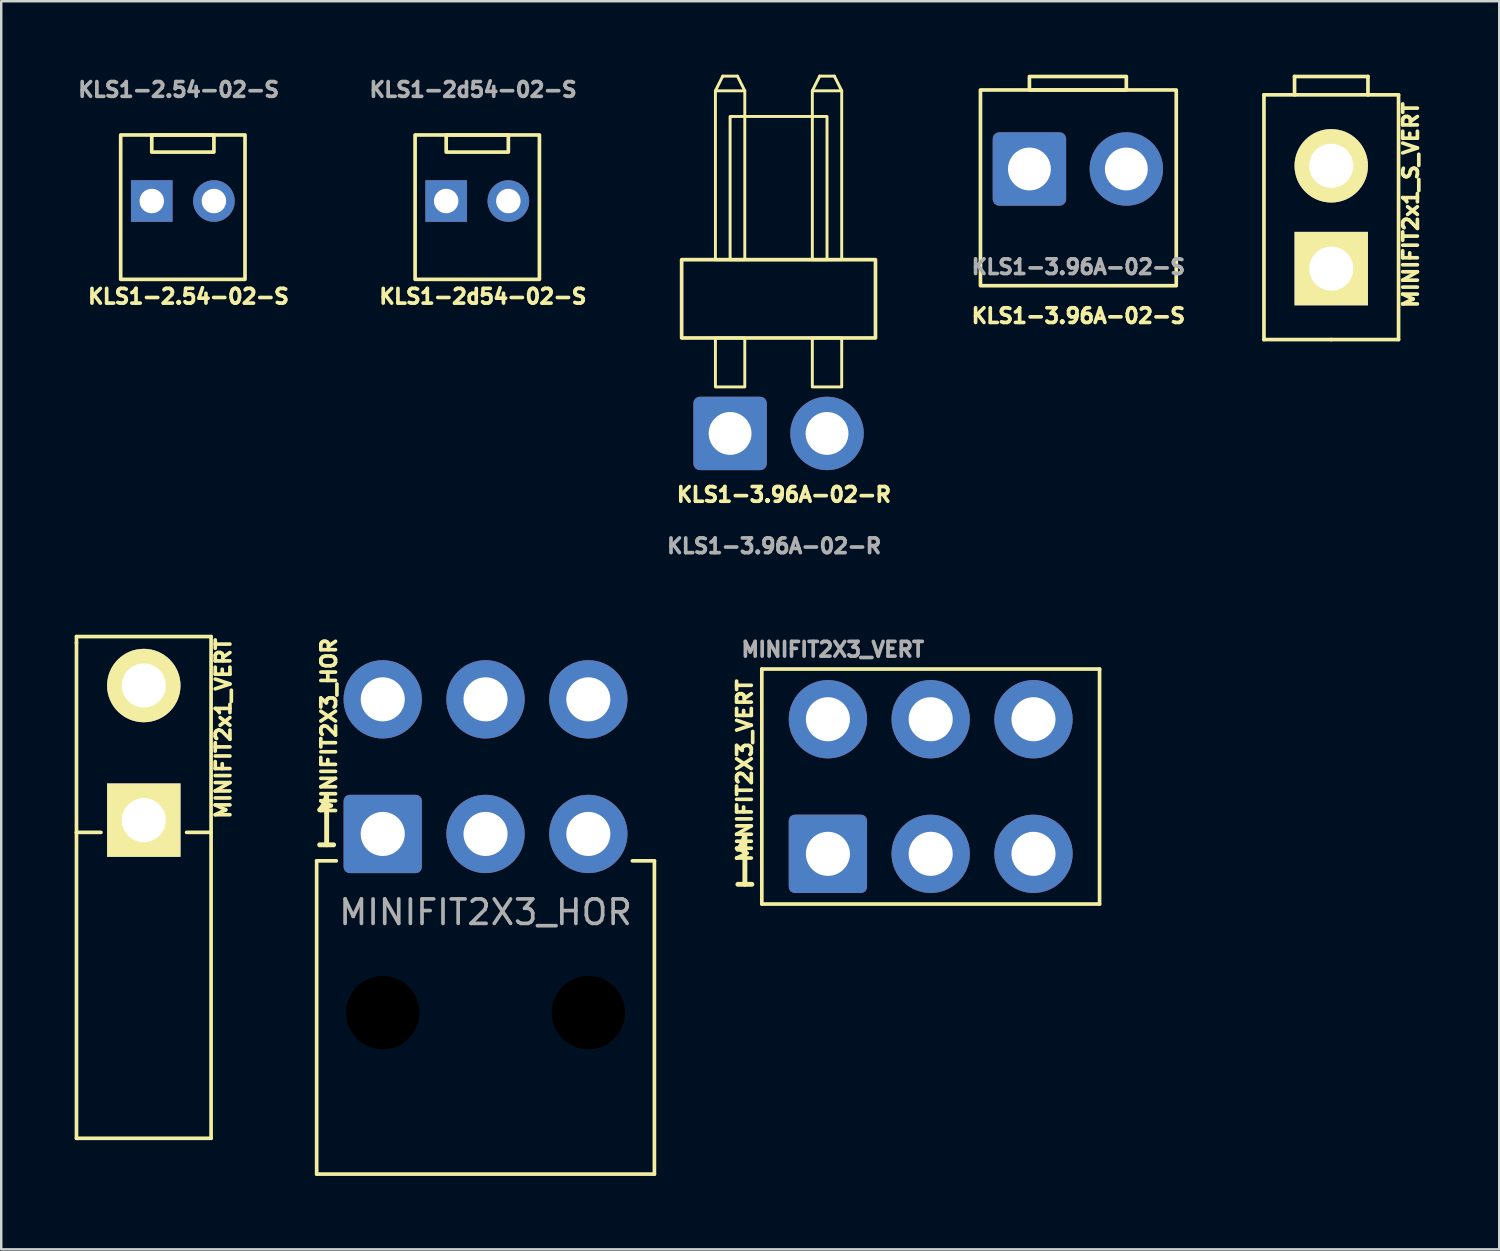
<source format=kicad_pcb>
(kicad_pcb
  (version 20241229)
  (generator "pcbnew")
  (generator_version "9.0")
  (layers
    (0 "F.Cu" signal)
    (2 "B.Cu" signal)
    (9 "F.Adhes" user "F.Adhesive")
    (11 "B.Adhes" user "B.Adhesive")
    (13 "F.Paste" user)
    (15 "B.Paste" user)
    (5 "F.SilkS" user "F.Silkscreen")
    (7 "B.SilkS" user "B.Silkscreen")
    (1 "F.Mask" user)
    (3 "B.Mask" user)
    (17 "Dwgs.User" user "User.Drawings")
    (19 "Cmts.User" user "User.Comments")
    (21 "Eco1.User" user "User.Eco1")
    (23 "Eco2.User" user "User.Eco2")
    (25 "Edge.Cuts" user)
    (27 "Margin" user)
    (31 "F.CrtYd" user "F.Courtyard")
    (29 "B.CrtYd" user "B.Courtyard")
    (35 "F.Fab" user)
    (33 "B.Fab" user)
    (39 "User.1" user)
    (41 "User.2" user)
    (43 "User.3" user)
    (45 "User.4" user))
  (footprint "MINIFIT2x1_VERT"
    (layer "F.Cu")
    (at 2.825 30.461)
    (property "Reference" "MINIFIT2x1_VERT" (at 3.25 -3.75 90) (layer "F.SilkS") (effects (font (size 0.6 0.6) (thickness 0.15))))
    (attr through_hole)
    (fp_line (start -2.75 -7.5) (end 2.75 -7.5) (stroke (width 0.15) (type solid)) (layer "F.SilkS"))
    (fp_line (start -2.75 -7.25) (end -2.75 -7.5) (stroke (width 0.15) (type solid)) (layer "F.SilkS"))
    (fp_line (start -2.75 0.5) (end -2.75 -7.25) (stroke (width 0.15) (type solid)) (layer "F.SilkS"))
    (fp_line (start -2.75 0.5) (end -1.75 0.5) (stroke (width 0.15) (type solid)) (layer "F.SilkS"))
    (fp_line (start -2.75 13) (end -2.75 0.5) (stroke (width 0.15) (type solid)) (layer "F.SilkS"))
    (fp_line (start 1.75 0.5) (end 2.75 0.5) (stroke (width 0.15) (type solid)) (layer "F.SilkS"))
    (fp_line (start 2.75 -7.5) (end 2.75 0.5) (stroke (width 0.15) (type solid)) (layer "F.SilkS"))
    (fp_line (start 2.75 0.5) (end 2.75 13) (stroke (width 0.15) (type solid)) (layer "F.SilkS"))
    (fp_line (start 2.75 13) (end -2.75 13) (stroke (width 0.15) (type solid)) (layer "F.SilkS"))
    (pad "1" thru_hole rect (at 0 0) (size 3 3) (drill 1.8) (layers "*.Cu" "*.Mask" "F.SilkS"))
    (pad "2" thru_hole circle (at 0 -5.5) (size 3 3) (drill 1.8) (layers "*.Cu" "*.Mask" "F.SilkS")))
  (footprint "MINIFIT2x1_S_VERT"
    (layer "F.Cu")
    (at 51.345 5.825)
    (property "Reference" "MINIFIT2x1_S_VERT" (at 3.25 -0.5 90) (layer "F.SilkS") (effects (font (size 0.6 0.6) (thickness 0.15))))
    (attr through_hole)
    (fp_line (start -2.75 -5) (end 2.75 -5) (stroke (width 0.15) (type solid)) (layer "F.SilkS"))
    (fp_line (start -2.75 5) (end -2.75 -5) (stroke (width 0.15) (type solid)) (layer "F.SilkS"))
    (fp_line (start -1.5 -5.75) (end 1.5 -5.75) (stroke (width 0.15) (type solid)) (layer "F.SilkS"))
    (fp_line (start -1.5 -5) (end -1.5 -5.75) (stroke (width 0.15) (type solid)) (layer "F.SilkS"))
    (fp_line (start 0 5) (end -2.75 5) (stroke (width 0.15) (type solid)) (layer "F.SilkS"))
    (fp_line (start 1.5 -5.75) (end 1.5 -5) (stroke (width 0.15) (type solid)) (layer "F.SilkS"))
    (fp_line (start 2.75 -5) (end 2.75 5) (stroke (width 0.15) (type solid)) (layer "F.SilkS"))
    (fp_line (start 2.75 5) (end 0 5) (stroke (width 0.15) (type solid)) (layer "F.SilkS"))
    (pad "1" thru_hole rect (at 0 2.1) (size 3 3) (drill 1.8) (layers "*.Cu" "*.Mask" "F.SilkS"))
    (pad "2" thru_hole circle (at 0 -2.1) (size 3 3) (drill 1.8) (layers "*.Cu" "*.Mask" "F.SilkS")))
  (footprint "MINIFIT2X3_HOR"
    (layer "F.Cu")
    (at 16.789 31.025)
    (property "Reference" "MINIFIT2X3_HOR" (at -6.4 -4.4 90) (unlocked yes) (layer "F.SilkS") (effects (font (size 0.6 0.6) (thickness 0.15))))
    (attr through_hole)
    (fp_line (start -6.9 1.1) (end -6.9 13.9) (stroke (width 0.15) (type default)) (layer "F.SilkS"))
    (fp_line (start -6.9 1.1) (end -6.1 1.1) (stroke (width 0.15) (type default)) (layer "F.SilkS"))
    (fp_line (start -6.9 13.9) (end 6.9 13.9) (stroke (width 0.15) (type default)) (layer "F.SilkS"))
    (fp_line (start 6.9 1.1) (end 6 1.1) (stroke (width 0.15) (type default)) (layer "F.SilkS"))
    (fp_line (start 6.9 13.9) (end 6.9 1.1) (stroke (width 0.15) (type default)) (layer "F.SilkS"))
    (fp_text user "1" (at -7.1 0.7 0) (unlocked yes) (layer "F.SilkS") (effects (font (size 2 1) (thickness 0.2) (bold yes)) (justify left bottom)))
    (fp_text user "${REFERENCE}" (at 0 3.2 0) (unlocked yes) (layer "F.Fab") (effects (font (size 1 1) (thickness 0.15))))
    (pad "" np_thru_hole circle (at -4.2 7.3) (size 3.7 3.7) (drill 3) (layers "*.Mask"))
    (pad "" np_thru_hole circle (at 4.2 7.3) (size 3.7 3.7) (drill 3) (layers "*.Mask"))
    (pad "1" thru_hole roundrect (at -4.2 0) (size 3.2 3.2) (drill 1.8) (layers "*.Cu" "*.Mask") (roundrect_rratio 0.078))
    (pad "2" thru_hole circle (at -4.2 -5.5) (size 3.2 3.2) (drill 1.8) (layers "*.Cu" "*.Mask"))
    (pad "3" thru_hole circle (at 0 0) (size 3.2 3.2) (drill 1.8) (layers "*.Cu" "*.Mask"))
    (pad "4" thru_hole circle (at 0 -5.5) (size 3.2 3.2) (drill 1.8) (layers "*.Cu" "*.Mask"))
    (pad "5" thru_hole circle (at 4.2 0) (size 3.2 3.2) (drill 1.8) (layers "*.Cu" "*.Mask"))
    (pad "6" thru_hole circle (at 4.2 -5.5) (size 3.2 3.2) (drill 1.8) (layers "*.Cu" "*.Mask")))
  (footprint "KLS1-2.54-02-S"
    (layer "F.Cu")
    (at 3.151 5.164)
    (property "Reference" "KLS1-2.54-02-S" (at 1.5 3.9 0) (unlocked yes) (layer "F.SilkS") (effects (font (size 0.6 0.6) (thickness 0.15))))
    (attr through_hole)
    (fp_rect (start -1.27 -2.7) (end 3.81 3.2) (stroke (width 0.15) (type default)) (fill no) (layer "F.SilkS"))
    (fp_rect (start 0 -2.7) (end 2.54 -2) (stroke (width 0.15) (type default)) (fill no) (layer "F.SilkS"))
    (fp_text user "${REFERENCE}" (at 1.1 -4.55 0) (unlocked yes) (layer "F.Fab") (effects (font (size 0.6 0.6) (thickness 0.15))))
    (pad "1" thru_hole rect (at 0 0) (size 1.7 1.7) (drill 1) (layers "*.Cu" "*.Mask"))
    (pad "2" thru_hole circle (at 2.54 0) (size 1.7 1.7) (drill 1) (layers "*.Cu" "*.Mask")))
  (footprint "KLS1-2d54-02-S"
    (layer "F.Cu")
    (at 15.181 5.164)
    (property "Reference" "KLS1-2d54-02-S" (at 1.5 3.9 0) (unlocked yes) (layer "F.SilkS") (effects (font (size 0.6 0.6) (thickness 0.15))))
    (attr through_hole)
    (fp_rect (start -1.27 -2.7) (end 3.81 3.2) (stroke (width 0.15) (type default)) (fill no) (layer "F.SilkS"))
    (fp_rect (start 0 -2.7) (end 2.54 -2) (stroke (width 0.15) (type default)) (fill no) (layer "F.SilkS"))
    (fp_text user "${REFERENCE}" (at 1.1 -4.55 0) (unlocked yes) (layer "F.Fab") (effects (font (size 0.6 0.6) (thickness 0.15))))
    (pad "1" thru_hole rect (at 0 0) (size 1.7 1.7) (drill 1) (layers "*.Cu" "*.Mask"))
    (pad "2" thru_hole circle (at 2.54 0) (size 1.7 1.7) (drill 1) (layers "*.Cu" "*.Mask")))
  (footprint "KLS1-3.96A-02-S"
    (layer "F.Cu")
    (at 39.012 3.855)
    (property "Reference" "KLS1-3.96A-02-S" (at 2 6 0) (unlocked yes) (layer "F.SilkS") (effects (font (size 0.6 0.6) (thickness 0.15))))
    (attr through_hole)
    (fp_rect (start -2 -3.23) (end 6 4.77) (stroke (width 0.15) (type default)) (fill no) (layer "F.SilkS"))
    (fp_rect (start 0 -3.78) (end 3.96 -3.23) (stroke (width 0.15) (type default)) (fill no) (layer "F.SilkS"))
    (fp_text user "${REFERENCE}" (at 2 4 0) (unlocked yes) (layer "F.Fab") (effects (font (size 0.6 0.6) (thickness 0.15))))
    (pad "1" thru_hole roundrect (at 0 0) (size 3 3) (drill 1.75) (layers "*.Cu" "*.Mask") (roundrect_rratio 0.089))
    (pad "2" thru_hole circle (at 3.96 0) (size 3 3) (drill 1.75) (layers "*.Cu" "*.Mask")))
  (footprint "KLS1-3.96A-02-R"
    (layer "F.Cu")
    (at 26.782 14.66)
    (property "Reference" "KLS1-3.96A-02-R" (at 2.2 2.5 0) (unlocked yes) (layer "F.SilkS") (effects (font (size 0.6 0.6) (thickness 0.15))))
    (attr through_hole)
    (fp_line (start -0.6 -14) (end -0.3 -14.6) (stroke (width 0.12) (type default)) (layer "F.SilkS"))
    (fp_line (start -0.3 -14.6) (end 0.3 -14.6) (stroke (width 0.12) (type default)) (layer "F.SilkS"))
    (fp_line (start 0.3 -14.6) (end 0.6 -14) (stroke (width 0.12) (type default)) (layer "F.SilkS"))
    (fp_line (start 3.36 -14) (end 3.66 -14.6) (stroke (width 0.12) (type default)) (layer "F.SilkS"))
    (fp_line (start 3.66 -14.6) (end 4.26 -14.6) (stroke (width 0.12) (type default)) (layer "F.SilkS"))
    (fp_line (start 4.26 -14.6) (end 4.56 -14) (stroke (width 0.12) (type default)) (layer "F.SilkS"))
    (fp_rect (start -1.98 -7.1) (end 5.94 -3.9) (stroke (width 0.15) (type default)) (fill no) (layer "F.SilkS"))
    (fp_rect (start -0.6 -14) (end 0.6 -7.1) (stroke (width 0.12) (type default)) (fill no) (layer "F.SilkS"))
    (fp_rect (start -0.6 -3.9) (end 0.6 -1.9) (stroke (width 0.12) (type default)) (fill no) (layer "F.SilkS"))
    (fp_rect (start 0 -12.95) (end 3.96 -7.1) (stroke (width 0.12) (type default)) (fill no) (layer "F.SilkS"))
    (fp_rect (start 3.36 -14) (end 4.56 -7.1) (stroke (width 0.12) (type default)) (fill no) (layer "F.SilkS"))
    (fp_rect (start 3.36 -3.9) (end 4.56 -1.9) (stroke (width 0.12) (type default)) (fill no) (layer "F.SilkS"))
    (fp_text user "${REFERENCE}" (at 1.8 4.6 0) (unlocked yes) (layer "F.Fab") (effects (font (size 0.6 0.6) (thickness 0.15))))
    (pad "1" thru_hole roundrect (at 0 0) (size 3 3) (drill 1.75) (layers "*.Cu" "*.Mask") (roundrect_rratio 0.089))
    (pad "2" thru_hole circle (at 3.96 0) (size 3 3) (drill 1.75) (layers "*.Cu" "*.Mask")))
  (footprint "MINIFIT2X3_VERT"
    (layer "F.Cu")
    (at 34.978 31.838)
    (property "Reference" "MINIFIT2X3_VERT" (at -7.6 -3.4 90) (unlocked yes) (layer "F.SilkS") (effects (font (size 0.6 0.6) (thickness 0.15))))
    (attr through_hole)
    (fp_line (start -6.9 -7.55) (end -6.9 2.05) (stroke (width 0.15) (type default)) (layer "F.SilkS"))
    (fp_line (start -6.9 -7.55) (end 6.9 -7.55) (stroke (width 0.15) (type default)) (layer "F.SilkS"))
    (fp_line (start -6.9 2.05) (end 6.9 2.05) (stroke (width 0.15) (type default)) (layer "F.SilkS"))
    (fp_line (start 6.9 2.05) (end 6.9 -7.55) (stroke (width 0.15) (type default)) (layer "F.SilkS"))
    (fp_text user "1" (at -8.2 1.5 0) (unlocked yes) (layer "F.SilkS") (effects (font (size 2 1) (thickness 0.2) (bold yes)) (justify left bottom)))
    (fp_text user "${REFERENCE}" (at -4 -8.35 0) (unlocked yes) (layer "F.Fab") (effects (font (size 0.6 0.6) (thickness 0.15))))
    (pad "1" thru_hole roundrect (at -4.2 0) (size 3.2 3.2) (drill 1.8) (layers "*.Cu" "*.Mask") (roundrect_rratio 0.078))
    (pad "2" thru_hole circle (at -4.2 -5.5) (size 3.2 3.2) (drill 1.8) (layers "*.Cu" "*.Mask"))
    (pad "3" thru_hole circle (at 0 0) (size 3.2 3.2) (drill 1.8) (layers "*.Cu" "*.Mask"))
    (pad "4" thru_hole circle (at 0 -5.5) (size 3.2 3.2) (drill 1.8) (layers "*.Cu" "*.Mask"))
    (pad "5" thru_hole circle (at 4.2 0) (size 3.2 3.2) (drill 1.8) (layers "*.Cu" "*.Mask"))
    (pad "6" thru_hole circle (at 4.2 -5.5) (size 3.2 3.2) (drill 1.8) (layers "*.Cu" "*.Mask")))
  (gr_rect
    (start -3 -3)
    (end 58.209 48)
    (stroke (width 0.1) (type default))
    (fill no)
    (layer "Edge.Cuts")))
</source>
